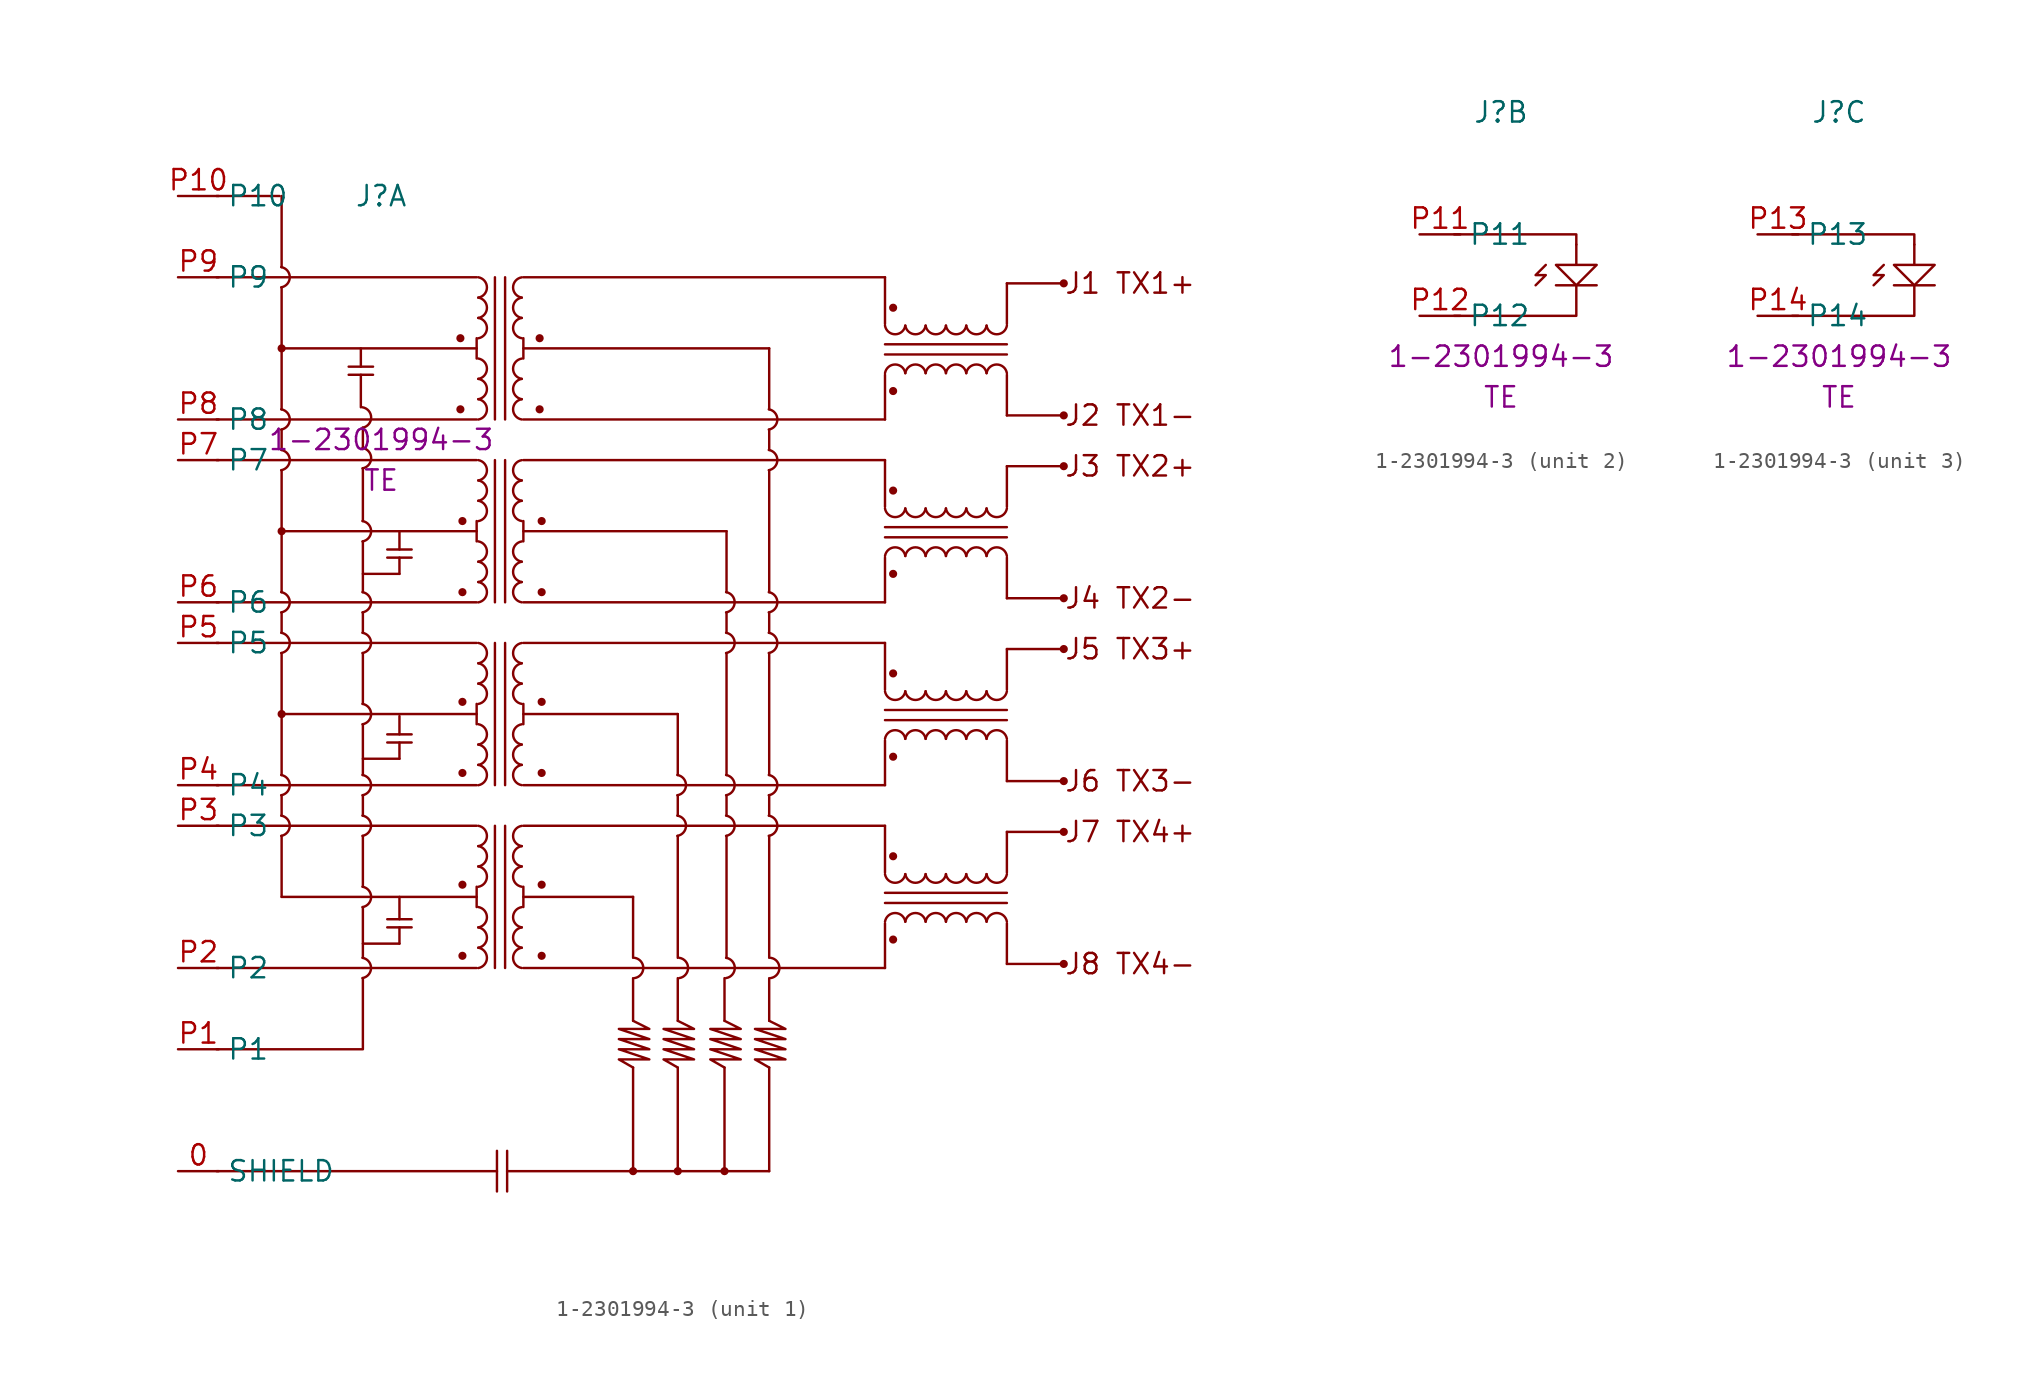
<source format=kicad_sym>
(kicad_symbol_lib
  (version 20220914)
  (generator kicad_symbol_editor)
  (generator_version "8.0")
  (symbol "1-2301994-3"
    (property "Reference" "J"
      (at 5.08 7.62 0)
      (effects (font (size 1.27 1.27))))
    (property "Value" ""
      (at 2.159 -7.62 0)
      (effects (font (size 1.27 1.27))))
    (property "MPN" "1-2301994-3"
      (at 5.08 -7.62 0)
      (effects (font (size 1.27 1.27))))
    (property "MANUFACTURER" "TE"
      (at 5.08 -10.16 0)
      (effects (font (size 1.27 1.27))))
    (symbol "1-2301994-3_1_0"
      (pin input line (at -7.62 -53.34 0) (length 2.54) (name "SHIELD" (effects (font (size 1.27 1.27)))) (number "0" (effects (font (size 1.27 1.27)))))
      (pin input line (at -7.62 -45.72 0) (length 2.54) (name "P1" (effects (font (size 1.27 1.27)))) (number "P1" (effects (font (size 1.27 1.27)))))
      (pin input line (at -7.62 -40.64 0) (length 2.54) (name "P2" (effects (font (size 1.27 1.27)))) (number "P2" (effects (font (size 1.27 1.27)))) (alternate "TD4-" input line))
      (pin input line (at -7.62 -31.75 0) (length 2.54) (name "P3" (effects (font (size 1.27 1.27)))) (number "P3" (effects (font (size 1.27 1.27)))) (alternate "TD4+" input line))
      (pin input line (at -7.62 -29.21 0) (length 2.54) (name "P4" (effects (font (size 1.27 1.27)))) (number "P4" (effects (font (size 1.27 1.27)))) (alternate "TD3-" input line)))
    (symbol "1-2301994-3_1_1"
      (arc (start -1.1695 -32.385) (mid -0.6271 -31.75) (end -1.1695 -31.115) (stroke (width 0) (type default)) (fill (type none)))
      (arc (start -1.1695 -29.845) (mid -0.6271 -29.21) (end -1.1695 -28.575) (stroke (width 0) (type default)) (fill (type none)))
      (arc (start -1.1695 -20.955) (mid -0.6271 -20.32) (end -1.1695 -19.685) (stroke (width 0) (type default)) (fill (type none)))
      (arc (start -1.1695 -18.415) (mid -0.6271 -17.78) (end -1.1695 -17.145) (stroke (width 0) (type default)) (fill (type none)))
      (arc (start -1.1695 -9.525) (mid -0.6271 -8.89) (end -1.1695 -8.255) (stroke (width 0) (type default)) (fill (type none)))
      (arc (start -1.1695 -6.985) (mid -0.6271 -6.35) (end -1.1695 -5.715) (stroke (width 0) (type default)) (fill (type none)))
      (arc (start -1.1695 1.905) (mid -0.6271 2.54) (end -1.1695 3.175) (stroke (width 0) (type default)) (fill (type none)))
      (circle (center -1.143 -24.765) (radius 0.18) (stroke (width 0) (type default)) (fill (type outline)))
      (circle (center -1.143 -13.335) (radius 0.18) (stroke (width 0) (type default)) (fill (type outline)))
      (circle (center -1.143 -1.905) (radius 0.18) (stroke (width 0) (type default)) (fill (type outline)))
      (polyline (pts (xy -5.207 -53.34) (xy 12.319 -53.34)) (stroke (width 0) (type default)) (fill (type none)))
      (polyline (pts (xy -5.207 -40.64) (xy 11.049 -40.64)) (stroke (width 0) (type default)) (fill (type none)))
      (polyline (pts (xy -5.207 -31.75) (xy 11.049 -31.75)) (stroke (width 0) (type default)) (fill (type none)))
      (polyline (pts (xy -5.207 -29.21) (xy 11.049 -29.21)) (stroke (width 0) (type default)) (fill (type none)))
      (polyline (pts (xy -5.207 -20.32) (xy 11.049 -20.32)) (stroke (width 0) (type default)) (fill (type none)))
      (polyline (pts (xy -5.207 -17.78) (xy 11.049 -17.78)) (stroke (width 0) (type default)) (fill (type none)))
      (polyline (pts (xy -5.207 -8.89) (xy 11.049 -8.89)) (stroke (width 0) (type default)) (fill (type none)))
      (polyline (pts (xy -5.207 -6.35) (xy 11.049 -6.35)) (stroke (width 0) (type default)) (fill (type none)))
      (polyline (pts (xy -5.207 2.54) (xy 11.049 2.54)) (stroke (width 0) (type default)) (fill (type none)))
      (polyline (pts (xy -5.207 7.62) (xy -1.27 7.62)) (stroke (width 0) (type default)) (fill (type none)))
      (polyline (pts (xy -1.143 -32.385) (xy -1.143 -36.195)) (stroke (width 0) (type default)) (fill (type none)))
      (polyline (pts (xy -1.143 -29.845) (xy -1.143 -31.115)) (stroke (width 0) (type default)) (fill (type none)))
      (polyline (pts (xy -1.143 -24.765) (xy -1.143 -28.575)) (stroke (width 0) (type default)) (fill (type none)))
      (polyline (pts (xy -1.143 -20.955) (xy -1.143 -24.765)) (stroke (width 0) (type default)) (fill (type none)))
      (polyline (pts (xy -1.143 -19.685) (xy -1.143 -18.415)) (stroke (width 0) (type default)) (fill (type none)))
      (polyline (pts (xy -1.143 -13.335) (xy -1.143 -17.145)) (stroke (width 0) (type default)) (fill (type none)))
      (polyline (pts (xy -1.143 -9.525) (xy -1.143 -13.335)) (stroke (width 0) (type default)) (fill (type none)))
      (polyline (pts (xy -1.143 -6.985) (xy -1.143 -8.255)) (stroke (width 0) (type default)) (fill (type none)))
      (polyline (pts (xy -1.143 -1.905) (xy -1.143 -5.715)) (stroke (width 0) (type default)) (fill (type none)))
      (polyline (pts (xy -1.143 1.905) (xy -1.143 -1.905)) (stroke (width 0) (type default)) (fill (type none)))
      (polyline (pts (xy -1.143 7.62) (xy -1.143 3.175)) (stroke (width 0) (type default)) (fill (type none)))
      (polyline (pts (xy 3.048 -3.556) (xy 4.572 -3.556)) (stroke (width 0) (type default)) (fill (type none)))
      (polyline (pts (xy 3.048 -3.048) (xy 4.572 -3.048)) (stroke (width 0) (type default)) (fill (type none)))
      (polyline (pts (xy 3.81 -3.556) (xy 3.81 -5.588)) (stroke (width 0) (type default)) (fill (type none)))
      (polyline (pts (xy 3.81 -1.905) (xy 3.81 -3.048)) (stroke (width 0) (type default)) (fill (type none)))
      (polyline (pts (xy 3.937 -39.116) (xy 6.223 -39.116)) (stroke (width 0) (type default)) (fill (type none)))
      (polyline (pts (xy 3.937 -36.83) (xy 3.937 -40.005)) (stroke (width 0) (type default)) (fill (type none)))
      (polyline (pts (xy 3.937 -32.385) (xy 3.937 -35.56)) (stroke (width 0) (type default)) (fill (type none)))
      (polyline (pts (xy 3.937 -29.845) (xy 3.937 -31.115)) (stroke (width 0) (type default)) (fill (type none)))
      (polyline (pts (xy 3.937 -27.559) (xy 6.223 -27.559)) (stroke (width 0) (type default)) (fill (type none)))
      (polyline (pts (xy 3.937 -25.4) (xy 3.937 -28.575)) (stroke (width 0) (type default)) (fill (type none)))
      (polyline (pts (xy 3.937 -20.955) (xy 3.937 -24.13)) (stroke (width 0) (type default)) (fill (type none)))
      (polyline (pts (xy 3.937 -18.415) (xy 3.937 -19.685)) (stroke (width 0) (type default)) (fill (type none)))
      (polyline (pts (xy 3.937 -16.002) (xy 6.223 -16.002)) (stroke (width 0) (type default)) (fill (type none)))
      (polyline (pts (xy 3.937 -13.97) (xy 3.937 -17.145)) (stroke (width 0) (type default)) (fill (type none)))
      (polyline (pts (xy 3.937 -9.398) (xy 3.937 -12.7)) (stroke (width 0) (type default)) (fill (type none)))
      (polyline (pts (xy 3.937 -6.858) (xy 3.937 -8.128)) (stroke (width 0) (type default)) (fill (type none)))
      (polyline (pts (xy 5.461 -38.1) (xy 6.985 -38.1)) (stroke (width 0) (type default)) (fill (type none)))
      (polyline (pts (xy 5.461 -37.592) (xy 6.985 -37.592)) (stroke (width 0) (type default)) (fill (type none)))
      (polyline (pts (xy 5.461 -26.543) (xy 6.985 -26.543)) (stroke (width 0) (type default)) (fill (type none)))
      (polyline (pts (xy 5.461 -26.035) (xy 6.985 -26.035)) (stroke (width 0) (type default)) (fill (type none)))
      (polyline (pts (xy 5.461 -14.986) (xy 6.985 -14.986)) (stroke (width 0) (type default)) (fill (type none)))
      (polyline (pts (xy 5.461 -14.478) (xy 6.985 -14.478)) (stroke (width 0) (type default)) (fill (type none)))
      (polyline (pts (xy 6.223 -38.1) (xy 6.223 -39.116)) (stroke (width 0) (type default)) (fill (type none)))
      (polyline (pts (xy 6.223 -36.195) (xy 6.223 -37.592)) (stroke (width 0) (type default)) (fill (type none)))
      (polyline (pts (xy 6.223 -26.543) (xy 6.223 -27.559)) (stroke (width 0) (type default)) (fill (type none)))
      (polyline (pts (xy 6.223 -24.892) (xy 6.223 -26.035)) (stroke (width 0) (type default)) (fill (type none)))
      (polyline (pts (xy 6.223 -14.986) (xy 6.223 -16.002)) (stroke (width 0) (type default)) (fill (type none)))
      (polyline (pts (xy 6.223 -13.335) (xy 6.223 -14.478)) (stroke (width 0) (type default)) (fill (type none)))
      (polyline (pts (xy 11.049 -36.195) (xy -1.143 -36.195)) (stroke (width 0) (type default)) (fill (type none)))
      (polyline (pts (xy 11.049 -35.56) (xy 11.049 -36.83)) (stroke (width 0) (type default)) (fill (type none)))
      (polyline (pts (xy 11.049 -24.765) (xy -1.143 -24.765)) (stroke (width 0) (type default)) (fill (type none)))
      (polyline (pts (xy 11.049 -24.13) (xy 11.049 -25.4)) (stroke (width 0) (type default)) (fill (type none)))
      (polyline (pts (xy 11.049 -13.335) (xy -1.143 -13.335)) (stroke (width 0) (type default)) (fill (type none)))
      (polyline (pts (xy 11.049 -12.7) (xy 11.049 -13.97)) (stroke (width 0) (type default)) (fill (type none)))
      (polyline (pts (xy 11.049 -1.905) (xy -1.143 -1.905)) (stroke (width 0) (type default)) (fill (type none)))
      (polyline (pts (xy 11.049 -1.27) (xy 11.049 -2.54)) (stroke (width 0) (type default)) (fill (type none)))
      (polyline (pts (xy 12.192 -31.75) (xy 12.192 -40.64)) (stroke (width 0) (type default)) (fill (type none)))
      (polyline (pts (xy 12.192 -20.32) (xy 12.192 -29.21)) (stroke (width 0) (type default)) (fill (type none)))
      (polyline (pts (xy 12.192 -8.89) (xy 12.192 -17.78)) (stroke (width 0) (type default)) (fill (type none)))
      (polyline (pts (xy 12.192 2.54) (xy 12.192 -6.35)) (stroke (width 0) (type default)) (fill (type none)))
      (polyline (pts (xy 12.319 -52.07) (xy 12.319 -54.61)) (stroke (width 0) (type default)) (fill (type none)))
      (polyline (pts (xy 12.827 -31.75) (xy 12.827 -40.64)) (stroke (width 0) (type default)) (fill (type none)))
      (polyline (pts (xy 12.827 -20.32) (xy 12.827 -29.21)) (stroke (width 0) (type default)) (fill (type none)))
      (polyline (pts (xy 12.827 -8.89) (xy 12.827 -17.78)) (stroke (width 0) (type default)) (fill (type none)))
      (polyline (pts (xy 12.827 2.54) (xy 12.827 -6.35)) (stroke (width 0) (type default)) (fill (type none)))
      (polyline (pts (xy 12.954 -53.34) (xy 29.337 -53.34)) (stroke (width 0) (type default)) (fill (type none)))
      (polyline (pts (xy 12.954 -52.07) (xy 12.954 -54.61)) (stroke (width 0) (type default)) (fill (type none)))
      (polyline (pts (xy 13.97 -36.195) (xy 20.828 -36.195)) (stroke (width 0) (type default)) (fill (type none)))
      (polyline (pts (xy 13.97 -35.56) (xy 13.97 -36.83)) (stroke (width 0) (type default)) (fill (type none)))
      (polyline (pts (xy 13.97 -24.765) (xy 23.622 -24.765)) (stroke (width 0) (type default)) (fill (type none)))
      (polyline (pts (xy 13.97 -24.13) (xy 13.97 -25.4)) (stroke (width 0) (type default)) (fill (type none)))
      (polyline (pts (xy 13.97 -13.335) (xy 26.67 -13.335)) (stroke (width 0) (type default)) (fill (type none)))
      (polyline (pts (xy 13.97 -12.7) (xy 13.97 -13.97)) (stroke (width 0) (type default)) (fill (type none)))
      (polyline (pts (xy 13.97 -1.905) (xy 29.337 -1.905)) (stroke (width 0) (type default)) (fill (type none)))
      (polyline (pts (xy 13.97 -1.27) (xy 13.97 -2.54)) (stroke (width 0) (type default)) (fill (type none)))
      (polyline (pts (xy 20.828 -46.863) (xy 20.828 -53.34)) (stroke (width 0) (type default)) (fill (type none)))
      (polyline (pts (xy 20.828 -41.275) (xy 20.828 -43.942)) (stroke (width 0) (type default)) (fill (type none)))
      (polyline (pts (xy 20.828 -36.195) (xy 20.828 -40.005)) (stroke (width 0) (type default)) (fill (type none)))
      (polyline (pts (xy 23.622 -46.863) (xy 23.622 -53.34)) (stroke (width 0) (type default)) (fill (type none)))
      (polyline (pts (xy 23.622 -41.275) (xy 23.622 -43.942)) (stroke (width 0) (type default)) (fill (type none)))
      (polyline (pts (xy 23.622 -32.385) (xy 23.622 -40.005)) (stroke (width 0) (type default)) (fill (type none)))
      (polyline (pts (xy 23.622 -29.845) (xy 23.622 -31.115)) (stroke (width 0) (type default)) (fill (type none)))
      (polyline (pts (xy 23.622 -28.575) (xy 23.622 -24.765)) (stroke (width 0) (type default)) (fill (type none)))
      (polyline (pts (xy 26.543 -46.863) (xy 26.543 -53.34)) (stroke (width 0) (type default)) (fill (type none)))
      (polyline (pts (xy 26.543 -41.275) (xy 26.543 -43.942)) (stroke (width 0) (type default)) (fill (type none)))
      (polyline (pts (xy 26.67 -32.385) (xy 26.67 -40.005)) (stroke (width 0) (type default)) (fill (type none)))
      (polyline (pts (xy 26.67 -29.845) (xy 26.67 -31.115)) (stroke (width 0) (type default)) (fill (type none)))
      (polyline (pts (xy 26.67 -20.955) (xy 26.67 -28.575)) (stroke (width 0) (type default)) (fill (type none)))
      (polyline (pts (xy 26.67 -18.415) (xy 26.67 -19.685)) (stroke (width 0) (type default)) (fill (type none)))
      (polyline (pts (xy 26.67 -17.145) (xy 26.67 -13.335)) (stroke (width 0) (type default)) (fill (type none)))
      (polyline (pts (xy 29.337 -46.863) (xy 29.337 -53.34)) (stroke (width 0) (type default)) (fill (type none)))
      (polyline (pts (xy 29.337 -41.275) (xy 29.337 -43.942)) (stroke (width 0) (type default)) (fill (type none)))
      (polyline (pts (xy 29.337 -32.385) (xy 29.337 -40.005)) (stroke (width 0) (type default)) (fill (type none)))
      (polyline (pts (xy 29.337 -29.845) (xy 29.337 -31.115)) (stroke (width 0) (type default)) (fill (type none)))
      (polyline (pts (xy 29.337 -20.955) (xy 29.337 -28.575)) (stroke (width 0) (type default)) (fill (type none)))
      (polyline (pts (xy 29.337 -18.415) (xy 29.337 -19.685)) (stroke (width 0) (type default)) (fill (type none)))
      (polyline (pts (xy 29.337 -5.715) (xy 29.337 -1.905)) (stroke (width 0) (type default)) (fill (type none)))
      (polyline (pts (xy 29.338 -9.525) (xy 29.338 -17.145)) (stroke (width 0) (type default)) (fill (type none)))
      (polyline (pts (xy 29.338 -6.985) (xy 29.338 -8.255)) (stroke (width 0) (type default)) (fill (type none)))
      (polyline (pts (xy 36.576 -40.64) (xy 13.97 -40.64)) (stroke (width 0) (type default)) (fill (type none)))
      (polyline (pts (xy 36.576 -37.846) (xy 36.576 -40.64)) (stroke (width 0) (type default)) (fill (type none)))
      (polyline (pts (xy 36.576 -35.941) (xy 44.196 -35.941)) (stroke (width 0) (type default)) (fill (type none)))
      (polyline (pts (xy 36.576 -34.671) (xy 36.576 -31.75)) (stroke (width 0) (type default)) (fill (type none)))
      (polyline (pts (xy 36.576 -31.75) (xy 13.97 -31.75)) (stroke (width 0) (type default)) (fill (type none)))
      (polyline (pts (xy 36.576 -29.21) (xy 13.97 -29.21)) (stroke (width 0) (type default)) (fill (type none)))
      (polyline (pts (xy 36.576 -26.416) (xy 36.576 -29.21)) (stroke (width 0) (type default)) (fill (type none)))
      (polyline (pts (xy 36.576 -24.511) (xy 44.196 -24.511)) (stroke (width 0) (type default)) (fill (type none)))
      (polyline (pts (xy 36.576 -23.241) (xy 36.576 -20.32)) (stroke (width 0) (type default)) (fill (type none)))
      (polyline (pts (xy 36.576 -20.32) (xy 13.97 -20.32)) (stroke (width 0) (type default)) (fill (type none)))
      (polyline (pts (xy 36.576 -17.78) (xy 13.97 -17.78)) (stroke (width 0) (type default)) (fill (type none)))
      (polyline (pts (xy 36.576 -14.986) (xy 36.576 -17.78)) (stroke (width 0) (type default)) (fill (type none)))
      (polyline (pts (xy 36.576 -13.081) (xy 44.196 -13.081)) (stroke (width 0) (type default)) (fill (type none)))
      (polyline (pts (xy 36.576 -11.811) (xy 36.576 -8.89)) (stroke (width 0) (type default)) (fill (type none)))
      (polyline (pts (xy 36.576 -8.89) (xy 13.97 -8.89)) (stroke (width 0) (type default)) (fill (type none)))
      (polyline (pts (xy 36.576 -6.35) (xy 13.97 -6.35)) (stroke (width 0) (type default)) (fill (type none)))
      (polyline (pts (xy 36.576 -3.556) (xy 36.576 -6.35)) (stroke (width 0) (type default)) (fill (type none)))
      (polyline (pts (xy 36.576 -1.651) (xy 44.196 -1.651)) (stroke (width 0) (type default)) (fill (type none)))
      (polyline (pts (xy 36.576 -0.381) (xy 36.576 2.54)) (stroke (width 0) (type default)) (fill (type none)))
      (polyline (pts (xy 36.576 2.54) (xy 13.97 2.54)) (stroke (width 0) (type default)) (fill (type none)))
      (polyline (pts (xy 44.196 -40.386) (xy 47.752 -40.386)) (stroke (width 0) (type default)) (fill (type none)))
      (polyline (pts (xy 44.196 -37.846) (xy 44.196 -40.386)) (stroke (width 0) (type default)) (fill (type none)))
      (polyline (pts (xy 44.196 -36.576) (xy 36.576 -36.576)) (stroke (width 0) (type default)) (fill (type none)))
      (polyline (pts (xy 44.196 -34.671) (xy 44.196 -32.131)) (stroke (width 0) (type default)) (fill (type none)))
      (polyline (pts (xy 44.196 -32.131) (xy 47.752 -32.131)) (stroke (width 0) (type default)) (fill (type none)))
      (polyline (pts (xy 44.196 -28.956) (xy 47.752 -28.956)) (stroke (width 0) (type default)) (fill (type none)))
      (polyline (pts (xy 44.196 -26.416) (xy 44.196 -28.956)) (stroke (width 0) (type default)) (fill (type none)))
      (polyline (pts (xy 44.196 -25.146) (xy 36.576 -25.146)) (stroke (width 0) (type default)) (fill (type none)))
      (polyline (pts (xy 44.196 -23.241) (xy 44.196 -20.701)) (stroke (width 0) (type default)) (fill (type none)))
      (polyline (pts (xy 44.196 -20.701) (xy 47.752 -20.701)) (stroke (width 0) (type default)) (fill (type none)))
      (polyline (pts (xy 44.196 -17.526) (xy 47.752 -17.526)) (stroke (width 0) (type default)) (fill (type none)))
      (polyline (pts (xy 44.196 -14.986) (xy 44.196 -17.526)) (stroke (width 0) (type default)) (fill (type none)))
      (polyline (pts (xy 44.196 -13.716) (xy 36.576 -13.716)) (stroke (width 0) (type default)) (fill (type none)))
      (polyline (pts (xy 44.196 -11.811) (xy 44.196 -9.271)) (stroke (width 0) (type default)) (fill (type none)))
      (polyline (pts (xy 44.196 -9.271) (xy 47.752 -9.271)) (stroke (width 0) (type default)) (fill (type none)))
      (polyline (pts (xy 44.196 -6.096) (xy 47.752 -6.096)) (stroke (width 0) (type default)) (fill (type none)))
      (polyline (pts (xy 44.196 -3.556) (xy 44.196 -6.096)) (stroke (width 0) (type default)) (fill (type none)))
      (polyline (pts (xy 44.196 -2.286) (xy 36.576 -2.286)) (stroke (width 0) (type default)) (fill (type none)))
      (polyline (pts (xy 44.196 -0.381) (xy 44.196 2.159)) (stroke (width 0) (type default)) (fill (type none)))
      (polyline (pts (xy 44.196 2.159) (xy 47.752 2.159)) (stroke (width 0) (type default)) (fill (type none)))
      (polyline (pts (xy -5.207 -45.72) (xy 3.937 -45.72) (xy 3.937 -41.275)) (stroke (width 0) (type default)) (fill (type none)))
      (polyline (pts (xy 20.828 -43.942) (xy 21.844 -44.45) (xy 19.939 -44.45) (xy 21.844 -45.085) (xy 19.939 -45.085) (xy 21.844 -45.72) (xy 19.939 -45.72) (xy 21.844 -46.355) (xy 19.939 -46.355) (xy 20.828 -46.863)) (stroke (width 0) (type default)) (fill (type none)))
      (polyline (pts (xy 23.622 -43.942) (xy 24.638 -44.45) (xy 22.733 -44.45) (xy 24.638 -45.085) (xy 22.733 -45.085) (xy 24.638 -45.72) (xy 22.733 -45.72) (xy 24.638 -46.355) (xy 22.733 -46.355) (xy 23.622 -46.863)) (stroke (width 0) (type default)) (fill (type none)))
      (polyline (pts (xy 26.543 -43.942) (xy 27.559 -44.45) (xy 25.654 -44.45) (xy 27.559 -45.085) (xy 25.654 -45.085) (xy 27.559 -45.72) (xy 25.654 -45.72) (xy 27.559 -46.355) (xy 25.654 -46.355) (xy 26.543 -46.863)) (stroke (width 0) (type default)) (fill (type none)))
      (polyline (pts (xy 29.337 -43.942) (xy 30.353 -44.45) (xy 28.448 -44.45) (xy 30.353 -45.085) (xy 28.448 -45.085) (xy 30.353 -45.72) (xy 28.448 -45.72) (xy 30.353 -46.355) (xy 28.448 -46.355) (xy 29.337 -46.863)) (stroke (width 0) (type default)) (fill (type none)))
      (arc (start 3.9105 -41.275) (mid 4.4529 -40.64) (end 3.9105 -40.005) (stroke (width 0) (type default)) (fill (type none)))
      (arc (start 3.9105 -36.83) (mid 4.4529 -36.195) (end 3.9105 -35.56) (stroke (width 0) (type default)) (fill (type none)))
      (arc (start 3.9105 -32.385) (mid 4.4529 -31.75) (end 3.9105 -31.115) (stroke (width 0) (type default)) (fill (type none)))
      (arc (start 3.9105 -29.845) (mid 4.4529 -29.21) (end 3.9105 -28.575) (stroke (width 0) (type default)) (fill (type none)))
      (arc (start 3.9105 -25.4) (mid 4.4529 -24.765) (end 3.9105 -24.13) (stroke (width 0) (type default)) (fill (type none)))
      (arc (start 3.9105 -20.955) (mid 4.4529 -20.32) (end 3.9105 -19.685) (stroke (width 0) (type default)) (fill (type none)))
      (arc (start 3.9105 -18.415) (mid 4.4529 -17.78) (end 3.9105 -17.145) (stroke (width 0) (type default)) (fill (type none)))
      (arc (start 3.9105 -13.97) (mid 4.4529 -13.335) (end 3.9105 -12.7) (stroke (width 0) (type default)) (fill (type none)))
      (arc (start 3.9105 -9.398) (mid 4.4529 -8.763) (end 3.9105 -8.128) (stroke (width 0) (type default)) (fill (type none)))
      (arc (start 3.9105 -6.858) (mid 4.4529 -6.223) (end 3.9105 -5.588) (stroke (width 0) (type default)) (fill (type none)))
      (circle (center 10.033 -5.715) (radius 0.18) (stroke (width 0) (type default)) (fill (type outline)))
      (circle (center 10.033 -1.27) (radius 0.18) (stroke (width 0) (type default)) (fill (type outline)))
      (circle (center 10.16 -39.878) (radius 0.18) (stroke (width 0) (type default)) (fill (type outline)))
      (circle (center 10.16 -35.433) (radius 0.18) (stroke (width 0) (type default)) (fill (type outline)))
      (circle (center 10.16 -28.448) (radius 0.18) (stroke (width 0) (type default)) (fill (type outline)))
      (circle (center 10.16 -24.003) (radius 0.18) (stroke (width 0) (type default)) (fill (type outline)))
      (circle (center 10.16 -17.145) (radius 0.18) (stroke (width 0) (type default)) (fill (type outline)))
      (circle (center 10.16 -12.7) (radius 0.18) (stroke (width 0) (type default)) (fill (type outline)))
      (arc (start 11.1495 -40.64) (mid 11.6919 -40.005) (end 11.1495 -39.37) (stroke (width 0) (type default)) (fill (type none)))
      (arc (start 11.1495 -38.1) (mid 11.6919 -37.465) (end 11.1495 -36.83) (stroke (width 0) (type default)) (fill (type none)))
      (arc (start 11.1495 -35.56) (mid 11.6919 -34.925) (end 11.1495 -34.29) (stroke (width 0) (type default)) (fill (type none)))
      (arc (start 11.1495 -33.02) (mid 11.6919 -32.385) (end 11.1495 -31.75) (stroke (width 0) (type default)) (fill (type none)))
      (arc (start 11.1495 -29.21) (mid 11.6919 -28.575) (end 11.1495 -27.94) (stroke (width 0) (type default)) (fill (type none)))
      (arc (start 11.1495 -26.67) (mid 11.6919 -26.035) (end 11.1495 -25.4) (stroke (width 0) (type default)) (fill (type none)))
      (arc (start 11.1495 -24.13) (mid 11.6919 -23.495) (end 11.1495 -22.86) (stroke (width 0) (type default)) (fill (type none)))
      (arc (start 11.1495 -21.59) (mid 11.6919 -20.955) (end 11.1495 -20.32) (stroke (width 0) (type default)) (fill (type none)))
      (arc (start 11.1495 -17.78) (mid 11.6919 -17.145) (end 11.1495 -16.51) (stroke (width 0) (type default)) (fill (type none)))
      (arc (start 11.1495 -15.24) (mid 11.6919 -14.605) (end 11.1495 -13.97) (stroke (width 0) (type default)) (fill (type none)))
      (arc (start 11.1495 -12.7) (mid 11.6919 -12.065) (end 11.1495 -11.43) (stroke (width 0) (type default)) (fill (type none)))
      (arc (start 11.1495 -10.16) (mid 11.6919 -9.525) (end 11.1495 -8.89) (stroke (width 0) (type default)) (fill (type none)))
      (arc (start 11.1495 -6.35) (mid 11.6919 -5.715) (end 11.1495 -5.08) (stroke (width 0) (type default)) (fill (type none)))
      (arc (start 11.1495 -3.81) (mid 11.6919 -3.175) (end 11.1495 -2.54) (stroke (width 0) (type default)) (fill (type none)))
      (arc (start 11.1495 -1.27) (mid 11.6919 -0.635) (end 11.1495 0) (stroke (width 0) (type default)) (fill (type none)))
      (arc (start 11.1495 1.27) (mid 11.6919 1.905) (end 11.1495 2.54) (stroke (width 0) (type default)) (fill (type none)))
      (arc (start 11.15 -39.37) (mid 11.692 -38.735) (end 11.15 -38.1) (stroke (width 0) (type default)) (fill (type none)))
      (arc (start 11.15 -34.29) (mid 11.692 -33.655) (end 11.15 -33.02) (stroke (width 0) (type default)) (fill (type none)))
      (arc (start 11.15 -27.94) (mid 11.692 -27.305) (end 11.15 -26.67) (stroke (width 0) (type default)) (fill (type none)))
      (arc (start 11.15 -22.86) (mid 11.692 -22.225) (end 11.15 -21.59) (stroke (width 0) (type default)) (fill (type none)))
      (arc (start 11.15 -16.51) (mid 11.692 -15.875) (end 11.15 -15.24) (stroke (width 0) (type default)) (fill (type none)))
      (arc (start 11.15 -11.43) (mid 11.692 -10.795) (end 11.15 -10.16) (stroke (width 0) (type default)) (fill (type none)))
      (arc (start 11.15 -5.08) (mid 11.692 -4.445) (end 11.15 -3.81) (stroke (width 0) (type default)) (fill (type none)))
      (arc (start 11.15 0) (mid 11.692 0.635) (end 11.15 1.27) (stroke (width 0) (type default)) (fill (type none)))
      (arc (start 13.869 -38.1) (mid 13.327 -38.735) (end 13.869 -39.37) (stroke (width 0) (type default)) (fill (type none)))
      (arc (start 13.869 -33.02) (mid 13.327 -33.655) (end 13.869 -34.29) (stroke (width 0) (type default)) (fill (type none)))
      (arc (start 13.869 -26.67) (mid 13.327 -27.305) (end 13.869 -27.94) (stroke (width 0) (type default)) (fill (type none)))
      (arc (start 13.869 -21.59) (mid 13.327 -22.225) (end 13.869 -22.86) (stroke (width 0) (type default)) (fill (type none)))
      (arc (start 13.869 -15.24) (mid 13.327 -15.875) (end 13.869 -16.51) (stroke (width 0) (type default)) (fill (type none)))
      (arc (start 13.869 -10.16) (mid 13.327 -10.795) (end 13.869 -11.43) (stroke (width 0) (type default)) (fill (type none)))
      (arc (start 13.869 -3.81) (mid 13.327 -4.445) (end 13.869 -5.08) (stroke (width 0) (type default)) (fill (type none)))
      (arc (start 13.869 1.27) (mid 13.327 0.635) (end 13.869 0) (stroke (width 0) (type default)) (fill (type none)))
      (arc (start 13.8695 -39.37) (mid 13.3271 -40.005) (end 13.8695 -40.64) (stroke (width 0) (type default)) (fill (type none)))
      (arc (start 13.8695 -36.83) (mid 13.3271 -37.465) (end 13.8695 -38.1) (stroke (width 0) (type default)) (fill (type none)))
      (arc (start 13.8695 -34.29) (mid 13.3271 -34.925) (end 13.8695 -35.56) (stroke (width 0) (type default)) (fill (type none)))
      (arc (start 13.8695 -31.75) (mid 13.3271 -32.385) (end 13.8695 -33.02) (stroke (width 0) (type default)) (fill (type none)))
      (arc (start 13.8695 -27.94) (mid 13.3271 -28.575) (end 13.8695 -29.21) (stroke (width 0) (type default)) (fill (type none)))
      (arc (start 13.8695 -25.4) (mid 13.3271 -26.035) (end 13.8695 -26.67) (stroke (width 0) (type default)) (fill (type none)))
      (arc (start 13.8695 -22.86) (mid 13.3271 -23.495) (end 13.8695 -24.13) (stroke (width 0) (type default)) (fill (type none)))
      (arc (start 13.8695 -20.32) (mid 13.3271 -20.955) (end 13.8695 -21.59) (stroke (width 0) (type default)) (fill (type none)))
      (arc (start 13.8695 -16.51) (mid 13.3271 -17.145) (end 13.8695 -17.78) (stroke (width 0) (type default)) (fill (type none)))
      (arc (start 13.8695 -13.97) (mid 13.3271 -14.605) (end 13.8695 -15.24) (stroke (width 0) (type default)) (fill (type none)))
      (arc (start 13.8695 -11.43) (mid 13.3271 -12.065) (end 13.8695 -12.7) (stroke (width 0) (type default)) (fill (type none)))
      (arc (start 13.8695 -8.89) (mid 13.3271 -9.525) (end 13.8695 -10.16) (stroke (width 0) (type default)) (fill (type none)))
      (arc (start 13.8695 -5.08) (mid 13.3271 -5.715) (end 13.8695 -6.35) (stroke (width 0) (type default)) (fill (type none)))
      (arc (start 13.8695 -2.54) (mid 13.3271 -3.175) (end 13.8695 -3.81) (stroke (width 0) (type default)) (fill (type none)))
      (arc (start 13.8695 0) (mid 13.3271 -0.635) (end 13.8695 -1.27) (stroke (width 0) (type default)) (fill (type none)))
      (arc (start 13.8695 2.54) (mid 13.3271 1.905) (end 13.8695 1.27) (stroke (width 0) (type default)) (fill (type none)))
      (circle (center 14.986 -5.715) (radius 0.18) (stroke (width 0) (type default)) (fill (type outline)))
      (circle (center 14.986 -1.27) (radius 0.18) (stroke (width 0) (type default)) (fill (type outline)))
      (circle (center 15.113 -39.878) (radius 0.18) (stroke (width 0) (type default)) (fill (type outline)))
      (circle (center 15.113 -35.433) (radius 0.18) (stroke (width 0) (type default)) (fill (type outline)))
      (circle (center 15.113 -28.448) (radius 0.18) (stroke (width 0) (type default)) (fill (type outline)))
      (circle (center 15.113 -24.003) (radius 0.18) (stroke (width 0) (type default)) (fill (type outline)))
      (circle (center 15.113 -17.145) (radius 0.18) (stroke (width 0) (type default)) (fill (type outline)))
      (circle (center 15.113 -12.7) (radius 0.18) (stroke (width 0) (type default)) (fill (type outline)))
      (circle (center 20.828 -53.34) (radius 0.18) (stroke (width 0) (type default)) (fill (type outline)))
      (arc (start 20.9285 -41.275) (mid 21.4709 -40.64) (end 20.9285 -40.005) (stroke (width 0) (type default)) (fill (type none)))
      (arc (start 23.5945 -32.385) (mid 24.1377 -31.75) (end 23.5945 -31.115) (stroke (width 0) (type default)) (fill (type none)))
      (arc (start 23.5955 -29.845) (mid 24.1379 -29.21) (end 23.5955 -28.575) (stroke (width 0) (type default)) (fill (type none)))
      (circle (center 23.622 -53.34) (radius 0.18) (stroke (width 0) (type default)) (fill (type outline)))
      (arc (start 23.7225 -41.275) (mid 24.2657 -40.64) (end 23.7225 -40.005) (stroke (width 0) (type default)) (fill (type none)))
      (circle (center 26.543 -53.34) (radius 0.18) (stroke (width 0) (type default)) (fill (type outline)))
      (arc (start 26.6425 -32.385) (mid 27.1857 -31.75) (end 26.6425 -31.115) (stroke (width 0) (type default)) (fill (type none)))
      (arc (start 26.6425 -20.955) (mid 27.1857 -20.32) (end 26.6425 -19.685) (stroke (width 0) (type default)) (fill (type none)))
      (arc (start 26.6435 -41.275) (mid 27.1867 -40.64) (end 26.6435 -40.005) (stroke (width 0) (type default)) (fill (type none)))
      (arc (start 26.6435 -29.845) (mid 27.1859 -29.21) (end 26.6435 -28.575) (stroke (width 0) (type default)) (fill (type none)))
      (arc (start 26.6435 -18.415) (mid 27.1859 -17.78) (end 26.6435 -17.145) (stroke (width 0) (type default)) (fill (type none)))
      (arc (start 29.3095 -32.385) (mid 29.8527 -31.75) (end 29.3095 -31.115) (stroke (width 0) (type default)) (fill (type none)))
      (arc (start 29.3095 -20.955) (mid 29.8527 -20.32) (end 29.3095 -19.685) (stroke (width 0) (type default)) (fill (type none)))
      (arc (start 29.3105 -29.845) (mid 29.8529 -29.21) (end 29.3105 -28.575) (stroke (width 0) (type default)) (fill (type none)))
      (arc (start 29.3105 -18.415) (mid 29.8529 -17.78) (end 29.3105 -17.145) (stroke (width 0) (type default)) (fill (type none)))
      (arc (start 29.3105 -9.525) (mid 29.8529 -8.89) (end 29.3105 -8.255) (stroke (width 0) (type default)) (fill (type none)))
      (arc (start 29.3115 -6.985) (mid 29.8531 -6.35) (end 29.3115 -5.715) (stroke (width 0) (type default)) (fill (type none)))
      (arc (start 29.4375 -41.275) (mid 29.9807 -40.64) (end 29.4375 -40.005) (stroke (width 0) (type default)) (fill (type none)))
      (arc (start 36.576 -34.7715) (mid 37.211 -35.3139) (end 37.846 -34.7715) (stroke (width 0) (type default)) (fill (type none)))
      (arc (start 36.576 -23.3415) (mid 37.211 -23.8839) (end 37.846 -23.3415) (stroke (width 0) (type default)) (fill (type none)))
      (arc (start 36.576 -11.9115) (mid 37.211 -12.4539) (end 37.846 -11.9115) (stroke (width 0) (type default)) (fill (type none)))
      (arc (start 36.576 -0.4815) (mid 37.211 -1.0239) (end 37.846 -0.4815) (stroke (width 0) (type default)) (fill (type none)))
      (circle (center 37.084 -38.862) (radius 0.18) (stroke (width 0) (type default)) (fill (type outline)))
      (circle (center 37.084 -33.655) (radius 0.18) (stroke (width 0) (type default)) (fill (type outline)))
      (circle (center 37.084 -27.432) (radius 0.18) (stroke (width 0) (type default)) (fill (type outline)))
      (circle (center 37.084 -22.225) (radius 0.18) (stroke (width 0) (type default)) (fill (type outline)))
      (circle (center 37.084 -16.002) (radius 0.18) (stroke (width 0) (type default)) (fill (type outline)))
      (circle (center 37.084 -10.795) (radius 0.18) (stroke (width 0) (type default)) (fill (type outline)))
      (circle (center 37.084 -4.572) (radius 0.18) (stroke (width 0) (type default)) (fill (type outline)))
      (circle (center 37.084 0.635) (radius 0.18) (stroke (width 0) (type default)) (fill (type outline)))
      (arc (start 37.846 -37.7455) (mid 37.211 -37.2031) (end 36.576 -37.7455) (stroke (width 0) (type default)) (fill (type none)))
      (arc (start 37.846 -34.772) (mid 38.481 -35.314) (end 39.116 -34.772) (stroke (width 0) (type default)) (fill (type none)))
      (arc (start 37.846 -26.3155) (mid 37.211 -25.7731) (end 36.576 -26.3155) (stroke (width 0) (type default)) (fill (type none)))
      (arc (start 37.846 -23.342) (mid 38.481 -23.884) (end 39.116 -23.342) (stroke (width 0) (type default)) (fill (type none)))
      (arc (start 37.846 -14.8855) (mid 37.211 -14.3431) (end 36.576 -14.8855) (stroke (width 0) (type default)) (fill (type none)))
      (arc (start 37.846 -11.912) (mid 38.481 -12.454) (end 39.116 -11.912) (stroke (width 0) (type default)) (fill (type none)))
      (arc (start 37.846 -3.4555) (mid 37.211 -2.9131) (end 36.576 -3.4555) (stroke (width 0) (type default)) (fill (type none)))
      (arc (start 37.846 -0.482) (mid 38.481 -1.024) (end 39.116 -0.482) (stroke (width 0) (type default)) (fill (type none)))
      (arc (start 39.116 -37.745) (mid 38.481 -37.203) (end 37.846 -37.745) (stroke (width 0) (type default)) (fill (type none)))
      (arc (start 39.116 -34.7715) (mid 39.751 -35.3139) (end 40.386 -34.7715) (stroke (width 0) (type default)) (fill (type none)))
      (arc (start 39.116 -26.315) (mid 38.481 -25.773) (end 37.846 -26.315) (stroke (width 0) (type default)) (fill (type none)))
      (arc (start 39.116 -23.3415) (mid 39.751 -23.8839) (end 40.386 -23.3415) (stroke (width 0) (type default)) (fill (type none)))
      (arc (start 39.116 -14.885) (mid 38.481 -14.343) (end 37.846 -14.885) (stroke (width 0) (type default)) (fill (type none)))
      (arc (start 39.116 -11.9115) (mid 39.751 -12.4539) (end 40.386 -11.9115) (stroke (width 0) (type default)) (fill (type none)))
      (arc (start 39.116 -3.455) (mid 38.481 -2.913) (end 37.846 -3.455) (stroke (width 0) (type default)) (fill (type none)))
      (arc (start 39.116 -0.4815) (mid 39.751 -1.0239) (end 40.386 -0.4815) (stroke (width 0) (type default)) (fill (type none)))
      (arc (start 40.386 -37.7455) (mid 39.751 -37.2031) (end 39.116 -37.7455) (stroke (width 0) (type default)) (fill (type none)))
      (arc (start 40.386 -34.7715) (mid 41.021 -35.3139) (end 41.656 -34.7715) (stroke (width 0) (type default)) (fill (type none)))
      (arc (start 40.386 -26.3155) (mid 39.751 -25.7731) (end 39.116 -26.3155) (stroke (width 0) (type default)) (fill (type none)))
      (arc (start 40.386 -23.3415) (mid 41.021 -23.8839) (end 41.656 -23.3415) (stroke (width 0) (type default)) (fill (type none)))
      (arc (start 40.386 -14.8855) (mid 39.751 -14.3431) (end 39.116 -14.8855) (stroke (width 0) (type default)) (fill (type none)))
      (arc (start 40.386 -11.9115) (mid 41.021 -12.4539) (end 41.656 -11.9115) (stroke (width 0) (type default)) (fill (type none)))
      (arc (start 40.386 -3.4555) (mid 39.751 -2.9131) (end 39.116 -3.4555) (stroke (width 0) (type default)) (fill (type none)))
      (arc (start 40.386 -0.4815) (mid 41.021 -1.0239) (end 41.656 -0.4815) (stroke (width 0) (type default)) (fill (type none)))
      (arc (start 41.656 -37.7455) (mid 41.021 -37.2031) (end 40.386 -37.7455) (stroke (width 0) (type default)) (fill (type none)))
      (arc (start 41.656 -34.772) (mid 42.291 -35.314) (end 42.926 -34.772) (stroke (width 0) (type default)) (fill (type none)))
      (arc (start 41.656 -26.3155) (mid 41.021 -25.7731) (end 40.386 -26.3155) (stroke (width 0) (type default)) (fill (type none)))
      (arc (start 41.656 -23.342) (mid 42.291 -23.884) (end 42.926 -23.342) (stroke (width 0) (type default)) (fill (type none)))
      (arc (start 41.656 -14.8855) (mid 41.021 -14.3431) (end 40.386 -14.8855) (stroke (width 0) (type default)) (fill (type none)))
      (arc (start 41.656 -11.912) (mid 42.291 -12.454) (end 42.926 -11.912) (stroke (width 0) (type default)) (fill (type none)))
      (arc (start 41.656 -3.4555) (mid 41.021 -2.9131) (end 40.386 -3.4555) (stroke (width 0) (type default)) (fill (type none)))
      (arc (start 41.656 -0.482) (mid 42.291 -1.024) (end 42.926 -0.482) (stroke (width 0) (type default)) (fill (type none)))
      (arc (start 42.926 -37.745) (mid 42.291 -37.203) (end 41.656 -37.745) (stroke (width 0) (type default)) (fill (type none)))
      (arc (start 42.926 -34.7715) (mid 43.561 -35.3139) (end 44.196 -34.7715) (stroke (width 0) (type default)) (fill (type none)))
      (arc (start 42.926 -26.315) (mid 42.291 -25.773) (end 41.656 -26.315) (stroke (width 0) (type default)) (fill (type none)))
      (arc (start 42.926 -23.3415) (mid 43.561 -23.8839) (end 44.196 -23.3415) (stroke (width 0) (type default)) (fill (type none)))
      (arc (start 42.926 -14.885) (mid 42.291 -14.343) (end 41.656 -14.885) (stroke (width 0) (type default)) (fill (type none)))
      (arc (start 42.926 -11.9115) (mid 43.561 -12.4539) (end 44.196 -11.9115) (stroke (width 0) (type default)) (fill (type none)))
      (arc (start 42.926 -3.455) (mid 42.291 -2.913) (end 41.656 -3.455) (stroke (width 0) (type default)) (fill (type none)))
      (arc (start 42.926 -0.4815) (mid 43.561 -1.0239) (end 44.196 -0.4815) (stroke (width 0) (type default)) (fill (type none)))
      (arc (start 44.196 -37.7455) (mid 43.561 -37.2031) (end 42.926 -37.7455) (stroke (width 0) (type default)) (fill (type none)))
      (arc (start 44.196 -26.3155) (mid 43.561 -25.7731) (end 42.926 -26.3155) (stroke (width 0) (type default)) (fill (type none)))
      (arc (start 44.196 -14.8855) (mid 43.561 -14.3431) (end 42.926 -14.8855) (stroke (width 0) (type default)) (fill (type none)))
      (arc (start 44.196 -3.4555) (mid 43.561 -2.9131) (end 42.926 -3.4555) (stroke (width 0) (type default)) (fill (type none)))
      (circle (center 47.752 -40.386) (radius 0.18) (stroke (width 0) (type default)) (fill (type outline)))
      (circle (center 47.752 -32.131) (radius 0.18) (stroke (width 0) (type default)) (fill (type outline)))
      (circle (center 47.752 -28.956) (radius 0.18) (stroke (width 0) (type default)) (fill (type outline)))
      (circle (center 47.752 -20.701) (radius 0.18) (stroke (width 0) (type default)) (fill (type outline)))
      (circle (center 47.752 -17.526) (radius 0.18) (stroke (width 0) (type default)) (fill (type outline)))
      (circle (center 47.752 -9.271) (radius 0.18) (stroke (width 0) (type default)) (fill (type outline)))
      (circle (center 47.752 -6.096) (radius 0.18) (stroke (width 0) (type default)) (fill (type outline)))
      (circle (center 47.752 2.159) (radius 0.18) (stroke (width 0) (type default)) (fill (type outline)))
      (text "J1 TX1+" (at 47.752 2.159 0) (effects (font (size 1.27 1.27)) (justify left)))
      (text "J2 TX1-" (at 47.752 -6.096 0) (effects (font (size 1.27 1.27)) (justify left)))
      (text "J3 TX2+" (at 47.752 -9.271 0) (effects (font (size 1.27 1.27)) (justify left)))
      (text "J4 TX2-" (at 47.752 -17.526 0) (effects (font (size 1.27 1.27)) (justify left)))
      (text "J5 TX3+" (at 47.752 -20.701 0) (effects (font (size 1.27 1.27)) (justify left)))
      (text "J6 TX3-" (at 47.752 -28.956 0) (effects (font (size 1.27 1.27)) (justify left)))
      (text "J7 TX4+" (at 47.752 -32.131 0) (effects (font (size 1.27 1.27)) (justify left)))
      (text "J8 TX4-" (at 47.752 -40.386 0) (effects (font (size 1.27 1.27)) (justify left)))
      (pin input line (at -7.62 7.62 0) (length 2.54) (name "P10" (effects (font (size 1.27 1.27)))) (number "P10" (effects (font (size 1.27 1.27)))))
      (pin input line (at -7.62 -20.32 0) (length 2.54) (name "P5" (effects (font (size 1.27 1.27)))) (number "P5" (effects (font (size 1.27 1.27)))) (alternate "TD3+" input line))
      (pin input line (at -7.62 -17.78 0) (length 2.54) (name "P6" (effects (font (size 1.27 1.27)))) (number "P6" (effects (font (size 1.27 1.27)))) (alternate "TD2-" input line))
      (pin input line (at -7.62 -8.89 0) (length 2.54) (name "P7" (effects (font (size 1.27 1.27)))) (number "P7" (effects (font (size 1.27 1.27)))) (alternate "TD2+" input line))
      (pin input line (at -7.62 -6.35 0) (length 2.54) (name "P8" (effects (font (size 1.27 1.27)))) (number "P8" (effects (font (size 1.27 1.27)))) (alternate "TD1-" input line))
      (pin input line (at -7.62 2.54 0) (length 2.54) (name "P9" (effects (font (size 1.27 1.27)))) (number "P9" (effects (font (size 1.27 1.27)))) (alternate "TD1+" input line)))
    (symbol "1-2301994-3_2_0"
      (pin input line (at 0 0 0) (length 2.54) (name "P11" (effects (font (size 1.27 1.27)))) (number "P11" (effects (font (size 1.27 1.27)))) (alternate "LED_G_A" input line))
      (pin input line (at 0 -5.08 0) (length 2.54) (name "P12" (effects (font (size 1.27 1.27)))) (number "P12" (effects (font (size 1.27 1.27)))) (alternate "LED_G_K" input line)))
    (symbol "1-2301994-3_2_1"
      (polyline (pts (xy 8.509 -3.175) (xy 11.049 -3.175)) (stroke (width 0) (type default)) (fill (type none)))
      (polyline (pts (xy 2.159 0) (xy 9.779 0) (xy 9.779 -0.635)) (stroke (width 0) (type default)) (fill (type none)))
      (polyline (pts (xy 9.779 -3.175) (xy 9.779 -5.08) (xy 2.159 -5.08)) (stroke (width 0) (type default)) (fill (type none)))
      (polyline (pts (xy 7.874 -1.905) (xy 7.239 -2.54) (xy 7.874 -2.54) (xy 7.239 -3.175)) (stroke (width 0) (type default)) (fill (type none)))
      (polyline (pts (xy 9.779 -0.635) (xy 9.779 -0.635) (xy 9.779 -1.905) (xy 8.509 -1.905) (xy 9.779 -3.175) (xy 11.049 -1.905) (xy 9.779 -1.905)) (stroke (width 0) (type default)) (fill (type none))))
    (symbol "1-2301994-3_3_0"
      (pin input line (at 0 0 0) (length 2.54) (name "P13" (effects (font (size 1.27 1.27)))) (number "P13" (effects (font (size 1.27 1.27)))) (alternate "LED_Y_A" input line))
      (pin input line (at 0 -5.08 0) (length 2.54) (name "P14" (effects (font (size 1.27 1.27)))) (number "P14" (effects (font (size 1.27 1.27)))) (alternate "LED_Y_A" input line)))
    (symbol "1-2301994-3_3_1"
      (polyline (pts (xy 8.509 -3.175) (xy 11.049 -3.175)) (stroke (width 0) (type default)) (fill (type none)))
      (polyline (pts (xy 2.159 0) (xy 9.779 0) (xy 9.779 -0.635)) (stroke (width 0) (type default)) (fill (type none)))
      (polyline (pts (xy 9.779 -3.175) (xy 9.779 -5.08) (xy 2.159 -5.08)) (stroke (width 0) (type default)) (fill (type none)))
      (polyline (pts (xy 7.874 -1.905) (xy 7.239 -2.54) (xy 7.874 -2.54) (xy 7.239 -3.175)) (stroke (width 0) (type default)) (fill (type none)))
      (polyline (pts (xy 9.779 -0.635) (xy 9.779 -0.635) (xy 9.779 -1.905) (xy 8.509 -1.905) (xy 9.779 -3.175) (xy 11.049 -1.905) (xy 9.779 -1.905)) (stroke (width 0) (type default)) (fill (type none))))))
</source>
